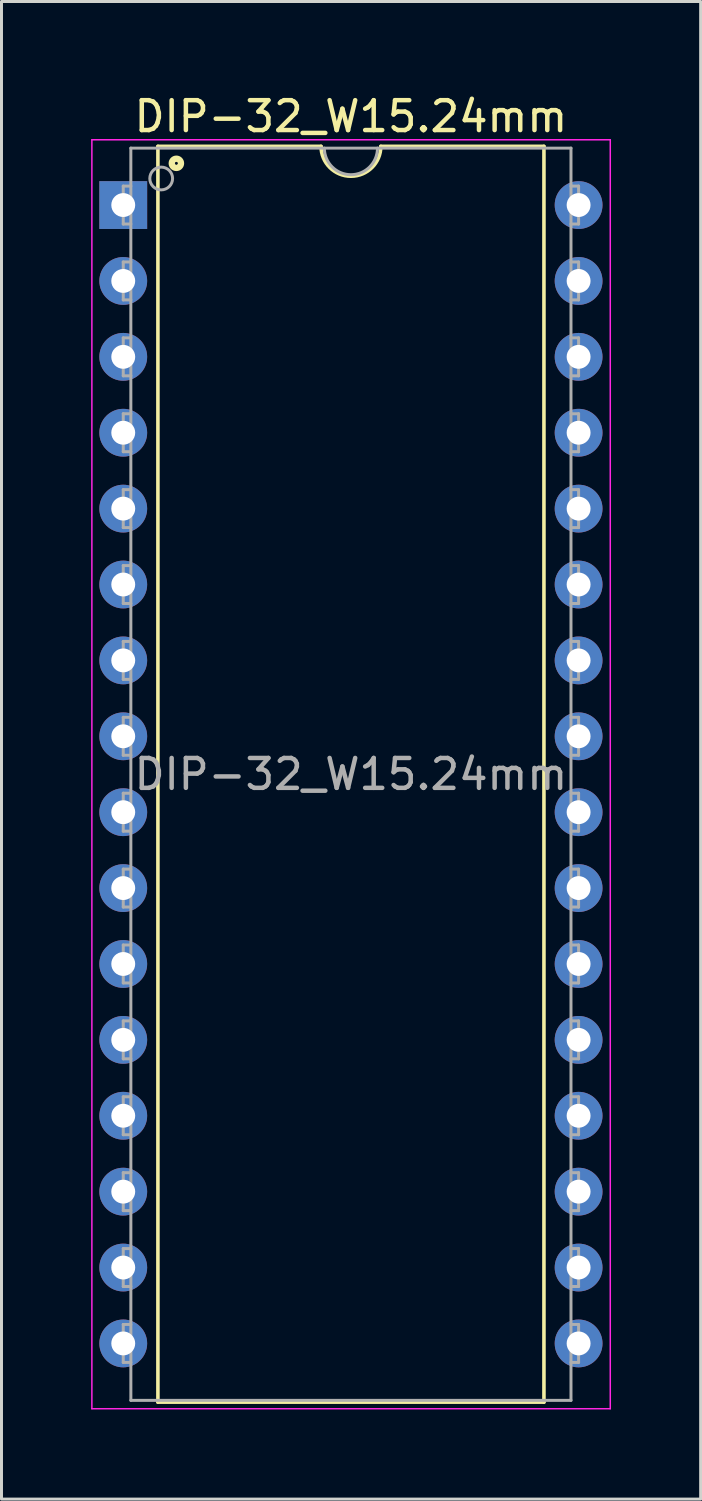
<source format=kicad_pcb>
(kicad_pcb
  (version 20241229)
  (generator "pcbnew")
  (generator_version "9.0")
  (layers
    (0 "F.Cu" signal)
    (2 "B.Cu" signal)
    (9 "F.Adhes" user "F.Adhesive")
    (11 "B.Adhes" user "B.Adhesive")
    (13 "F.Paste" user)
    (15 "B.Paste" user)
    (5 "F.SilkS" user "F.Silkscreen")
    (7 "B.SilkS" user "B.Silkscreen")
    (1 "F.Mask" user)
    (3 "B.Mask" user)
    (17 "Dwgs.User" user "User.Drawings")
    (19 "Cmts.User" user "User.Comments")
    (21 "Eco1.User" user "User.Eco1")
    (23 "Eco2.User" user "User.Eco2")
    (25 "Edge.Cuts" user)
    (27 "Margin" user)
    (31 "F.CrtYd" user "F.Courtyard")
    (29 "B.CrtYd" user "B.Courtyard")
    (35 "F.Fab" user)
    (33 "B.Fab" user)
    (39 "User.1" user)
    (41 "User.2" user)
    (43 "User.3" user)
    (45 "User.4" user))
  (footprint "DIP-32_W15.24mm"
    (layer "F.Cu")
    (at 1.075 3.813)
    (property "Reference" "DIP-32_W15.24mm" (at 7.62 -2.965 0) (layer "F.SilkS") (effects (font (size 1 1) (thickness 0.15))))
    (attr through_hole)
    (fp_line (start 1.16 -1.965) (end 1.16 40.065) (stroke (width 0.12) (type solid)) (layer "F.SilkS"))
    (fp_line (start 1.16 40.065) (end 14.08 40.065) (stroke (width 0.12) (type solid)) (layer "F.SilkS"))
    (fp_line (start 6.62 -1.965) (end 1.16 -1.965) (stroke (width 0.12) (type solid)) (layer "F.SilkS"))
    (fp_line (start 14.08 -1.965) (end 8.62 -1.965) (stroke (width 0.12) (type solid)) (layer "F.SilkS"))
    (fp_line (start 14.08 40.065) (end 14.08 -1.965) (stroke (width 0.12) (type solid)) (layer "F.SilkS"))
    (fp_arc (start 8.62 -1.965) (mid 7.62 -0.965) (end 6.62 -1.965) (stroke (width 0.12) (type solid)) (layer "F.SilkS"))
    (fp_circle (center 1.778 -1.397) (end 1.828 -1.397) (stroke (width 0.12) (type solid)) (fill no) (layer "F.SilkS"))
    (fp_circle (center 1.778 -1.397) (end 1.903 -1.397) (stroke (width 0.12) (type solid)) (fill no) (layer "F.SilkS"))
    (fp_circle (center 1.778 -1.397) (end 1.978 -1.397) (stroke (width 0.12) (type solid)) (fill no) (layer "F.SilkS"))
    (fp_line (start -1.05 -2.185) (end -1.05 40.285) (stroke (width 0.05) (type solid)) (layer "F.CrtYd"))
    (fp_line (start -1.05 40.285) (end 16.3 40.285) (stroke (width 0.05) (type solid)) (layer "F.CrtYd"))
    (fp_line (start 16.3 -2.185) (end -1.05 -2.185) (stroke (width 0.05) (type solid)) (layer "F.CrtYd"))
    (fp_line (start 16.3 40.285) (end 16.3 -2.185) (stroke (width 0.05) (type solid)) (layer "F.CrtYd"))
    (fp_line (start 0 -0.635) (end 0 0.635) (stroke (width 0.1) (type solid)) (layer "F.Fab"))
    (fp_line (start 0 -0.635) (end 0.254 -0.635) (stroke (width 0.1) (type solid)) (layer "F.Fab"))
    (fp_line (start 0 0.635) (end 0.254 0.635) (stroke (width 0.1) (type solid)) (layer "F.Fab"))
    (fp_line (start 0 1.905) (end 0 3.175) (stroke (width 0.1) (type solid)) (layer "F.Fab"))
    (fp_line (start 0 1.905) (end 0.254 1.905) (stroke (width 0.1) (type solid)) (layer "F.Fab"))
    (fp_line (start 0 3.175) (end 0.254 3.175) (stroke (width 0.1) (type solid)) (layer "F.Fab"))
    (fp_line (start 0 4.445) (end 0 5.715) (stroke (width 0.1) (type solid)) (layer "F.Fab"))
    (fp_line (start 0 4.445) (end 0.254 4.445) (stroke (width 0.1) (type solid)) (layer "F.Fab"))
    (fp_line (start 0 5.715) (end 0.254 5.715) (stroke (width 0.1) (type solid)) (layer "F.Fab"))
    (fp_line (start 0 6.985) (end 0 8.255) (stroke (width 0.1) (type solid)) (layer "F.Fab"))
    (fp_line (start 0 6.985) (end 0.254 6.985) (stroke (width 0.1) (type solid)) (layer "F.Fab"))
    (fp_line (start 0 8.255) (end 0.254 8.255) (stroke (width 0.1) (type solid)) (layer "F.Fab"))
    (fp_line (start 0 9.525) (end 0 10.795) (stroke (width 0.1) (type solid)) (layer "F.Fab"))
    (fp_line (start 0 9.525) (end 0.254 9.525) (stroke (width 0.1) (type solid)) (layer "F.Fab"))
    (fp_line (start 0 10.795) (end 0.254 10.795) (stroke (width 0.1) (type solid)) (layer "F.Fab"))
    (fp_line (start 0 12.065) (end 0 13.335) (stroke (width 0.1) (type solid)) (layer "F.Fab"))
    (fp_line (start 0 12.065) (end 0.254 12.065) (stroke (width 0.1) (type solid)) (layer "F.Fab"))
    (fp_line (start 0 13.335) (end 0.254 13.335) (stroke (width 0.1) (type solid)) (layer "F.Fab"))
    (fp_line (start 0 14.605) (end 0 15.875) (stroke (width 0.1) (type solid)) (layer "F.Fab"))
    (fp_line (start 0 14.605) (end 0.254 14.605) (stroke (width 0.1) (type solid)) (layer "F.Fab"))
    (fp_line (start 0 15.875) (end 0.254 15.875) (stroke (width 0.1) (type solid)) (layer "F.Fab"))
    (fp_line (start 0 17.145) (end 0 18.415) (stroke (width 0.1) (type solid)) (layer "F.Fab"))
    (fp_line (start 0 17.145) (end 0.254 17.145) (stroke (width 0.1) (type solid)) (layer "F.Fab"))
    (fp_line (start 0 18.415) (end 0.254 18.415) (stroke (width 0.1) (type solid)) (layer "F.Fab"))
    (fp_line (start 0 19.685) (end 0 20.955) (stroke (width 0.1) (type solid)) (layer "F.Fab"))
    (fp_line (start 0 19.685) (end 0.254 19.685) (stroke (width 0.1) (type solid)) (layer "F.Fab"))
    (fp_line (start 0 20.955) (end 0.254 20.955) (stroke (width 0.1) (type solid)) (layer "F.Fab"))
    (fp_line (start 0 22.225) (end 0 23.495) (stroke (width 0.1) (type solid)) (layer "F.Fab"))
    (fp_line (start 0 22.225) (end 0.254 22.225) (stroke (width 0.1) (type solid)) (layer "F.Fab"))
    (fp_line (start 0 23.495) (end 0.254 23.495) (stroke (width 0.1) (type solid)) (layer "F.Fab"))
    (fp_line (start 0 24.765) (end 0 26.035) (stroke (width 0.1) (type solid)) (layer "F.Fab"))
    (fp_line (start 0 24.765) (end 0.254 24.765) (stroke (width 0.1) (type solid)) (layer "F.Fab"))
    (fp_line (start 0 26.035) (end 0.254 26.035) (stroke (width 0.1) (type solid)) (layer "F.Fab"))
    (fp_line (start 0 27.305) (end 0 28.575) (stroke (width 0.1) (type solid)) (layer "F.Fab"))
    (fp_line (start 0 27.305) (end 0.254 27.305) (stroke (width 0.1) (type solid)) (layer "F.Fab"))
    (fp_line (start 0 28.575) (end 0.254 28.575) (stroke (width 0.1) (type solid)) (layer "F.Fab"))
    (fp_line (start 0 29.845) (end 0 31.115) (stroke (width 0.1) (type solid)) (layer "F.Fab"))
    (fp_line (start 0 29.845) (end 0.254 29.845) (stroke (width 0.1) (type solid)) (layer "F.Fab"))
    (fp_line (start 0 31.115) (end 0.254 31.115) (stroke (width 0.1) (type solid)) (layer "F.Fab"))
    (fp_line (start 0 32.385) (end 0 33.655) (stroke (width 0.1) (type solid)) (layer "F.Fab"))
    (fp_line (start 0 32.385) (end 0.254 32.385) (stroke (width 0.1) (type solid)) (layer "F.Fab"))
    (fp_line (start 0 33.655) (end 0.254 33.655) (stroke (width 0.1) (type solid)) (layer "F.Fab"))
    (fp_line (start 0 34.925) (end 0 36.195) (stroke (width 0.1) (type solid)) (layer "F.Fab"))
    (fp_line (start 0 34.925) (end 0.254 34.925) (stroke (width 0.1) (type solid)) (layer "F.Fab"))
    (fp_line (start 0 36.195) (end 0.254 36.195) (stroke (width 0.1) (type solid)) (layer "F.Fab"))
    (fp_line (start 0 37.465) (end 0 38.735) (stroke (width 0.1) (type solid)) (layer "F.Fab"))
    (fp_line (start 0 37.465) (end 0.254 37.465) (stroke (width 0.1) (type solid)) (layer "F.Fab"))
    (fp_line (start 0 38.735) (end 0.254 38.735) (stroke (width 0.1) (type solid)) (layer "F.Fab"))
    (fp_line (start 0.254 -1.905) (end 14.985 -1.905) (stroke (width 0.1) (type solid)) (layer "F.Fab"))
    (fp_line (start 0.255 40.005) (end 0.254 -1.905) (stroke (width 0.1) (type solid)) (layer "F.Fab"))
    (fp_line (start 14.985 -1.905) (end 14.985 40.005) (stroke (width 0.1) (type solid)) (layer "F.Fab"))
    (fp_line (start 14.985 40.005) (end 0.255 40.005) (stroke (width 0.1) (type solid)) (layer "F.Fab"))
    (fp_line (start 15.24 -0.635) (end 14.986 -0.635) (stroke (width 0.1) (type solid)) (layer "F.Fab"))
    (fp_line (start 15.24 0.635) (end 14.986 0.635) (stroke (width 0.1) (type solid)) (layer "F.Fab"))
    (fp_line (start 15.24 0.635) (end 15.24 -0.635) (stroke (width 0.1) (type solid)) (layer "F.Fab"))
    (fp_line (start 15.24 1.905) (end 14.986 1.905) (stroke (width 0.1) (type solid)) (layer "F.Fab"))
    (fp_line (start 15.24 3.175) (end 14.986 3.175) (stroke (width 0.1) (type solid)) (layer "F.Fab"))
    (fp_line (start 15.24 3.175) (end 15.24 1.905) (stroke (width 0.1) (type solid)) (layer "F.Fab"))
    (fp_line (start 15.24 4.445) (end 14.986 4.445) (stroke (width 0.1) (type solid)) (layer "F.Fab"))
    (fp_line (start 15.24 5.715) (end 14.986 5.715) (stroke (width 0.1) (type solid)) (layer "F.Fab"))
    (fp_line (start 15.24 5.715) (end 15.24 4.445) (stroke (width 0.1) (type solid)) (layer "F.Fab"))
    (fp_line (start 15.24 6.985) (end 14.986 6.985) (stroke (width 0.1) (type solid)) (layer "F.Fab"))
    (fp_line (start 15.24 8.255) (end 14.986 8.255) (stroke (width 0.1) (type solid)) (layer "F.Fab"))
    (fp_line (start 15.24 8.255) (end 15.24 6.985) (stroke (width 0.1) (type solid)) (layer "F.Fab"))
    (fp_line (start 15.24 9.525) (end 14.986 9.525) (stroke (width 0.1) (type solid)) (layer "F.Fab"))
    (fp_line (start 15.24 10.795) (end 14.986 10.795) (stroke (width 0.1) (type solid)) (layer "F.Fab"))
    (fp_line (start 15.24 10.795) (end 15.24 9.525) (stroke (width 0.1) (type solid)) (layer "F.Fab"))
    (fp_line (start 15.24 12.065) (end 14.986 12.065) (stroke (width 0.1) (type solid)) (layer "F.Fab"))
    (fp_line (start 15.24 13.335) (end 14.986 13.335) (stroke (width 0.1) (type solid)) (layer "F.Fab"))
    (fp_line (start 15.24 13.335) (end 15.24 12.065) (stroke (width 0.1) (type solid)) (layer "F.Fab"))
    (fp_line (start 15.24 14.605) (end 14.986 14.605) (stroke (width 0.1) (type solid)) (layer "F.Fab"))
    (fp_line (start 15.24 15.875) (end 14.986 15.875) (stroke (width 0.1) (type solid)) (layer "F.Fab"))
    (fp_line (start 15.24 15.875) (end 15.24 14.605) (stroke (width 0.1) (type solid)) (layer "F.Fab"))
    (fp_line (start 15.24 17.145) (end 14.986 17.145) (stroke (width 0.1) (type solid)) (layer "F.Fab"))
    (fp_line (start 15.24 18.415) (end 14.986 18.415) (stroke (width 0.1) (type solid)) (layer "F.Fab"))
    (fp_line (start 15.24 18.415) (end 15.24 17.145) (stroke (width 0.1) (type solid)) (layer "F.Fab"))
    (fp_line (start 15.24 19.685) (end 14.986 19.685) (stroke (width 0.1) (type solid)) (layer "F.Fab"))
    (fp_line (start 15.24 20.955) (end 14.986 20.955) (stroke (width 0.1) (type solid)) (layer "F.Fab"))
    (fp_line (start 15.24 20.955) (end 15.24 19.685) (stroke (width 0.1) (type solid)) (layer "F.Fab"))
    (fp_line (start 15.24 22.225) (end 14.986 22.225) (stroke (width 0.1) (type solid)) (layer "F.Fab"))
    (fp_line (start 15.24 23.495) (end 14.986 23.495) (stroke (width 0.1) (type solid)) (layer "F.Fab"))
    (fp_line (start 15.24 23.495) (end 15.24 22.225) (stroke (width 0.1) (type solid)) (layer "F.Fab"))
    (fp_line (start 15.24 24.765) (end 14.986 24.765) (stroke (width 0.1) (type solid)) (layer "F.Fab"))
    (fp_line (start 15.24 26.035) (end 14.986 26.035) (stroke (width 0.1) (type solid)) (layer "F.Fab"))
    (fp_line (start 15.24 26.035) (end 15.24 24.765) (stroke (width 0.1) (type solid)) (layer "F.Fab"))
    (fp_line (start 15.24 27.305) (end 14.986 27.305) (stroke (width 0.1) (type solid)) (layer "F.Fab"))
    (fp_line (start 15.24 28.575) (end 14.986 28.575) (stroke (width 0.1) (type solid)) (layer "F.Fab"))
    (fp_line (start 15.24 28.575) (end 15.24 27.305) (stroke (width 0.1) (type solid)) (layer "F.Fab"))
    (fp_line (start 15.24 29.845) (end 14.986 29.845) (stroke (width 0.1) (type solid)) (layer "F.Fab"))
    (fp_line (start 15.24 31.115) (end 14.986 31.115) (stroke (width 0.1) (type solid)) (layer "F.Fab"))
    (fp_line (start 15.24 31.115) (end 15.24 29.845) (stroke (width 0.1) (type solid)) (layer "F.Fab"))
    (fp_line (start 15.24 32.385) (end 14.986 32.385) (stroke (width 0.1) (type solid)) (layer "F.Fab"))
    (fp_line (start 15.24 33.655) (end 14.986 33.655) (stroke (width 0.1) (type solid)) (layer "F.Fab"))
    (fp_line (start 15.24 33.655) (end 15.24 32.385) (stroke (width 0.1) (type solid)) (layer "F.Fab"))
    (fp_line (start 15.24 34.925) (end 14.986 34.925) (stroke (width 0.1) (type solid)) (layer "F.Fab"))
    (fp_line (start 15.24 36.195) (end 14.986 36.195) (stroke (width 0.1) (type solid)) (layer "F.Fab"))
    (fp_line (start 15.24 36.195) (end 15.24 34.925) (stroke (width 0.1) (type solid)) (layer "F.Fab"))
    (fp_line (start 15.24 37.465) (end 14.986 37.465) (stroke (width 0.1) (type solid)) (layer "F.Fab"))
    (fp_line (start 15.24 38.735) (end 14.986 38.735) (stroke (width 0.1) (type solid)) (layer "F.Fab"))
    (fp_line (start 15.24 38.735) (end 15.24 37.465) (stroke (width 0.1) (type solid)) (layer "F.Fab"))
    (fp_arc (start 8.509 -1.905) (mid 7.62 -1.016) (end 6.731 -1.905) (stroke (width 0.1) (type solid)) (layer "F.Fab"))
    (fp_circle (center 1.27 -0.889) (end 1.651 -0.889) (stroke (width 0.1) (type solid)) (fill no) (layer "F.Fab"))
    (fp_text user "${REFERENCE}" (at 7.62 19.05 0) (layer "F.Fab") (effects (font (size 1 1) (thickness 0.15))))
    (pad "1" thru_hole rect (at 0 0) (size 1.6 1.6) (drill 0.8) (layers "*.Cu" "*.Mask"))
    (pad "2" thru_hole oval (at 0 2.54) (size 1.6 1.6) (drill 0.8) (layers "*.Cu" "*.Mask"))
    (pad "3" thru_hole oval (at 0 5.08) (size 1.6 1.6) (drill 0.8) (layers "*.Cu" "*.Mask"))
    (pad "4" thru_hole oval (at 0 7.62) (size 1.6 1.6) (drill 0.8) (layers "*.Cu" "*.Mask"))
    (pad "5" thru_hole oval (at 0 10.16) (size 1.6 1.6) (drill 0.8) (layers "*.Cu" "*.Mask"))
    (pad "6" thru_hole oval (at 0 12.7) (size 1.6 1.6) (drill 0.8) (layers "*.Cu" "*.Mask"))
    (pad "7" thru_hole oval (at 0 15.24) (size 1.6 1.6) (drill 0.8) (layers "*.Cu" "*.Mask"))
    (pad "8" thru_hole oval (at 0 17.78) (size 1.6 1.6) (drill 0.8) (layers "*.Cu" "*.Mask"))
    (pad "9" thru_hole oval (at 0 20.32) (size 1.6 1.6) (drill 0.8) (layers "*.Cu" "*.Mask"))
    (pad "10" thru_hole oval (at 0 22.86) (size 1.6 1.6) (drill 0.8) (layers "*.Cu" "*.Mask"))
    (pad "11" thru_hole oval (at 0 25.4) (size 1.6 1.6) (drill 0.8) (layers "*.Cu" "*.Mask"))
    (pad "12" thru_hole oval (at 0 27.94) (size 1.6 1.6) (drill 0.8) (layers "*.Cu" "*.Mask"))
    (pad "13" thru_hole oval (at 0 30.48) (size 1.6 1.6) (drill 0.8) (layers "*.Cu" "*.Mask"))
    (pad "14" thru_hole oval (at 0 33.02) (size 1.6 1.6) (drill 0.8) (layers "*.Cu" "*.Mask"))
    (pad "15" thru_hole oval (at 0 35.56) (size 1.6 1.6) (drill 0.8) (layers "*.Cu" "*.Mask"))
    (pad "16" thru_hole oval (at 0 38.1) (size 1.6 1.6) (drill 0.8) (layers "*.Cu" "*.Mask"))
    (pad "17" thru_hole oval (at 15.24 38.1) (size 1.6 1.6) (drill 0.8) (layers "*.Cu" "*.Mask"))
    (pad "18" thru_hole oval (at 15.24 35.56) (size 1.6 1.6) (drill 0.8) (layers "*.Cu" "*.Mask"))
    (pad "19" thru_hole oval (at 15.24 33.02) (size 1.6 1.6) (drill 0.8) (layers "*.Cu" "*.Mask"))
    (pad "20" thru_hole oval (at 15.24 30.48) (size 1.6 1.6) (drill 0.8) (layers "*.Cu" "*.Mask"))
    (pad "21" thru_hole oval (at 15.24 27.94) (size 1.6 1.6) (drill 0.8) (layers "*.Cu" "*.Mask"))
    (pad "22" thru_hole oval (at 15.24 25.4) (size 1.6 1.6) (drill 0.8) (layers "*.Cu" "*.Mask"))
    (pad "23" thru_hole oval (at 15.24 22.86) (size 1.6 1.6) (drill 0.8) (layers "*.Cu" "*.Mask"))
    (pad "24" thru_hole oval (at 15.24 20.32) (size 1.6 1.6) (drill 0.8) (layers "*.Cu" "*.Mask"))
    (pad "25" thru_hole oval (at 15.24 17.78) (size 1.6 1.6) (drill 0.8) (layers "*.Cu" "*.Mask"))
    (pad "26" thru_hole oval (at 15.24 15.24) (size 1.6 1.6) (drill 0.8) (layers "*.Cu" "*.Mask"))
    (pad "27" thru_hole oval (at 15.24 12.7) (size 1.6 1.6) (drill 0.8) (layers "*.Cu" "*.Mask"))
    (pad "28" thru_hole oval (at 15.24 10.16) (size 1.6 1.6) (drill 0.8) (layers "*.Cu" "*.Mask"))
    (pad "29" thru_hole oval (at 15.24 7.62) (size 1.6 1.6) (drill 0.8) (layers "*.Cu" "*.Mask"))
    (pad "30" thru_hole oval (at 15.24 5.08) (size 1.6 1.6) (drill 0.8) (layers "*.Cu" "*.Mask"))
    (pad "31" thru_hole oval (at 15.24 2.54) (size 1.6 1.6) (drill 0.8) (layers "*.Cu" "*.Mask"))
    (pad "32" thru_hole oval (at 15.24 0) (size 1.6 1.6) (drill 0.8) (layers "*.Cu" "*.Mask")))
  (gr_rect
    (start -3 -3)
    (end 20.4 47.123)
    (stroke (width 0.1) (type default))
    (fill no)
    (layer "Edge.Cuts")))
</source>
